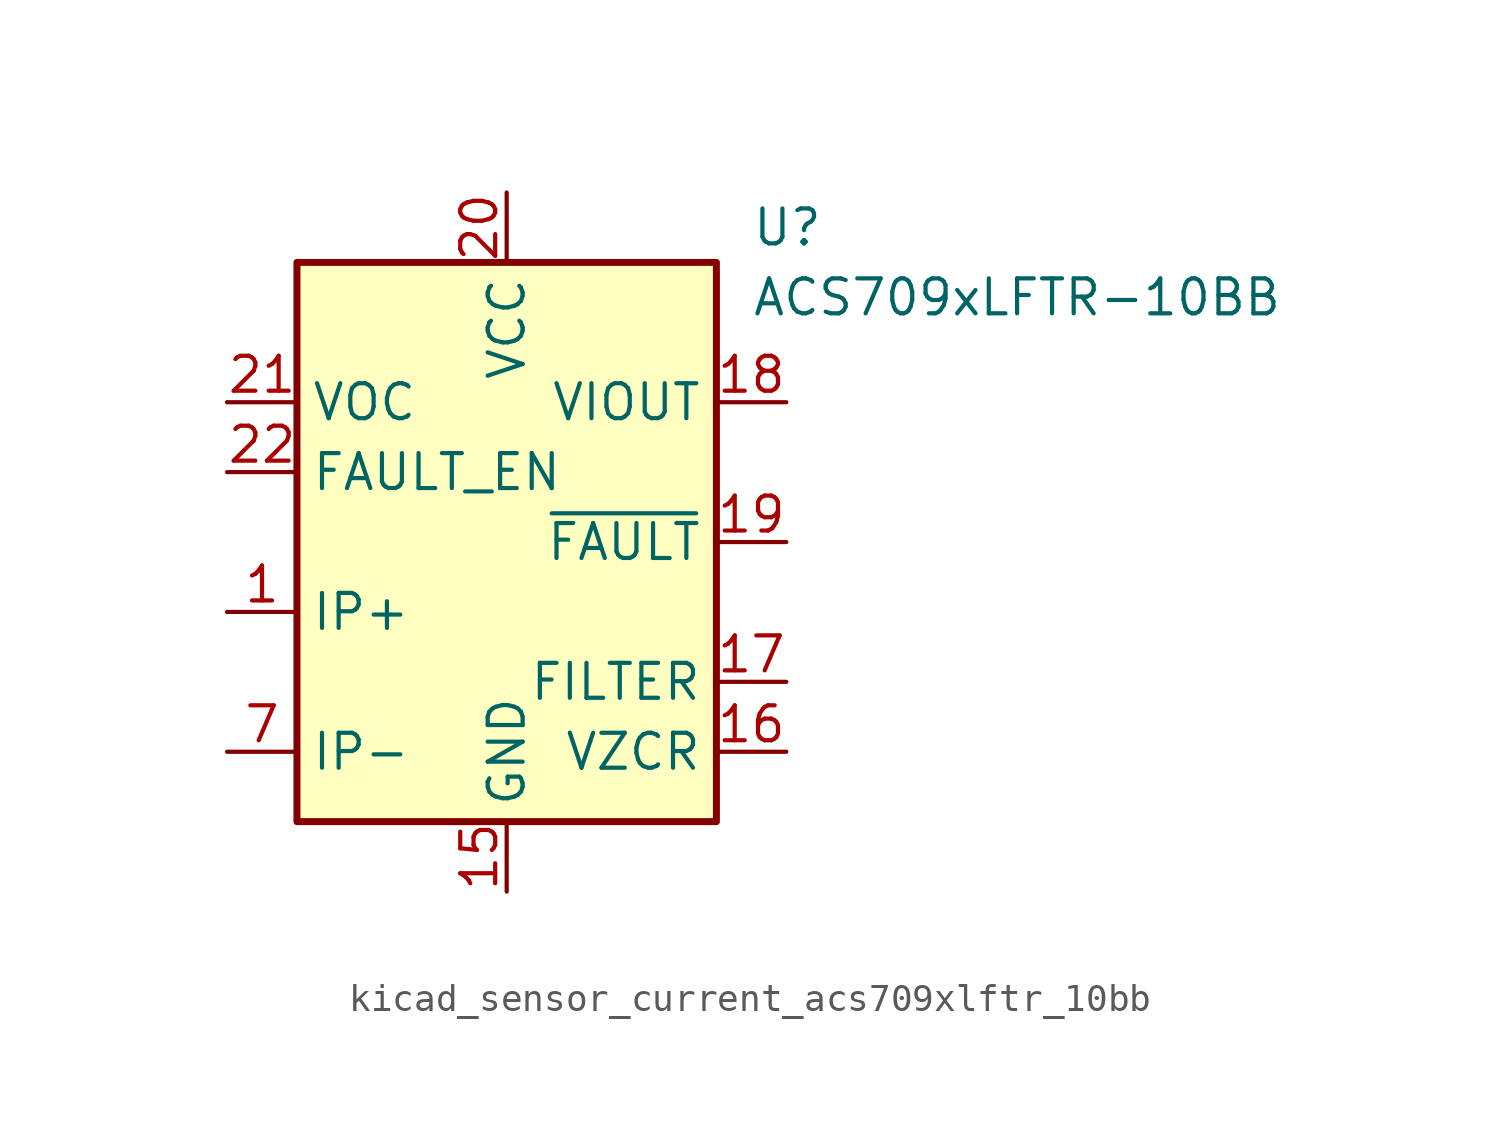
<source format=kicad_sym>
(kicad_symbol_lib
  (version 20220914)
  (generator kicad_symbol_editor)
  (symbol "kicad_sensor_current_acs709xlftr_10bb"
    (property "Reference" "U"
      (at 8.89 11.43 0)
      (effects (font (size 1.27 1.27)) (justify left)))
    (property "Value" "ACS709xLFTR-10BB"
      (at 8.89 8.89 0)
      (effects (font (size 1.27 1.27)) (justify left)))
    (symbol "kicad_sensor_current_acs709xlftr_10bb_0_1"
      (rectangle (start -7.62 10.16) (end 7.62 -10.16) (stroke (width 0.254) (type default)) (fill (type background))))
    (symbol "kicad_sensor_current_acs709xlftr_10bb_1_1"
      (pin passive line (at -10.16 -2.54 0) (length 2.54) (name "IP+" (effects (font (size 1.27 1.27)))) (number "1" (effects (font (size 1.27 1.27)))))
      (pin passive line (at -10.16 -7.62 0) (length 2.54) hide (name "IP-" (effects (font (size 1.27 1.27)))) (number "10" (effects (font (size 1.27 1.27)))))
      (pin passive line (at -10.16 -7.62 0) (length 2.54) hide (name "IP-" (effects (font (size 1.27 1.27)))) (number "11" (effects (font (size 1.27 1.27)))))
      (pin passive line (at -10.16 -7.62 0) (length 2.54) hide (name "IP-" (effects (font (size 1.27 1.27)))) (number "12" (effects (font (size 1.27 1.27)))))
      (pin no_connect line (at -7.62 10.16 0) (length 2.54) hide (name "NC" (effects (font (size 1.27 1.27)))) (number "13" (effects (font (size 1.27 1.27)))))
      (pin no_connect line (at -7.62 7.62 0) (length 2.54) hide (name "NC" (effects (font (size 1.27 1.27)))) (number "14" (effects (font (size 1.27 1.27)))))
      (pin power_in line (at 0 -12.7 90) (length 2.54) (name "GND" (effects (font (size 1.27 1.27)))) (number "15" (effects (font (size 1.27 1.27)))))
      (pin passive line (at 10.16 -7.62 180) (length 2.54) (name "VZCR" (effects (font (size 1.27 1.27)))) (number "16" (effects (font (size 1.27 1.27)))))
      (pin passive line (at 10.16 -5.08 180) (length 2.54) (name "FILTER" (effects (font (size 1.27 1.27)))) (number "17" (effects (font (size 1.27 1.27)))))
      (pin output line (at 10.16 5.08 180) (length 2.54) (name "VIOUT" (effects (font (size 1.27 1.27)))) (number "18" (effects (font (size 1.27 1.27)))))
      (pin output line (at 10.16 0 180) (length 2.54) (name "~{FAULT}" (effects (font (size 1.27 1.27)))) (number "19" (effects (font (size 1.27 1.27)))))
      (pin passive line (at -10.16 -2.54 0) (length 2.54) hide (name "IP+" (effects (font (size 1.27 1.27)))) (number "2" (effects (font (size 1.27 1.27)))))
      (pin power_in line (at 0 12.7 270) (length 2.54) (name "VCC" (effects (font (size 1.27 1.27)))) (number "20" (effects (font (size 1.27 1.27)))))
      (pin input line (at -10.16 5.08 0) (length 2.54) (name "VOC" (effects (font (size 1.27 1.27)))) (number "21" (effects (font (size 1.27 1.27)))))
      (pin input line (at -10.16 2.54 0) (length 2.54) (name "FAULT_EN" (effects (font (size 1.27 1.27)))) (number "22" (effects (font (size 1.27 1.27)))))
      (pin no_connect line (at -7.62 0 0) (length 2.54) hide (name "NC" (effects (font (size 1.27 1.27)))) (number "23" (effects (font (size 1.27 1.27)))))
      (pin no_connect line (at -7.62 -5.08 0) (length 2.54) hide (name "NC" (effects (font (size 1.27 1.27)))) (number "24" (effects (font (size 1.27 1.27)))))
      (pin passive line (at -10.16 -2.54 0) (length 2.54) hide (name "IP+" (effects (font (size 1.27 1.27)))) (number "3" (effects (font (size 1.27 1.27)))))
      (pin passive line (at -10.16 -2.54 0) (length 2.54) hide (name "IP+" (effects (font (size 1.27 1.27)))) (number "4" (effects (font (size 1.27 1.27)))))
      (pin passive line (at -10.16 -2.54 0) (length 2.54) hide (name "IP+" (effects (font (size 1.27 1.27)))) (number "5" (effects (font (size 1.27 1.27)))))
      (pin passive line (at -10.16 -2.54 0) (length 2.54) hide (name "IP+" (effects (font (size 1.27 1.27)))) (number "6" (effects (font (size 1.27 1.27)))))
      (pin passive line (at -10.16 -7.62 0) (length 2.54) (name "IP-" (effects (font (size 1.27 1.27)))) (number "7" (effects (font (size 1.27 1.27)))))
      (pin passive line (at -10.16 -7.62 0) (length 2.54) hide (name "IP-" (effects (font (size 1.27 1.27)))) (number "8" (effects (font (size 1.27 1.27)))))
      (pin passive line (at -10.16 -7.62 0) (length 2.54) hide (name "IP-" (effects (font (size 1.27 1.27)))) (number "9" (effects (font (size 1.27 1.27))))))))
</source>
